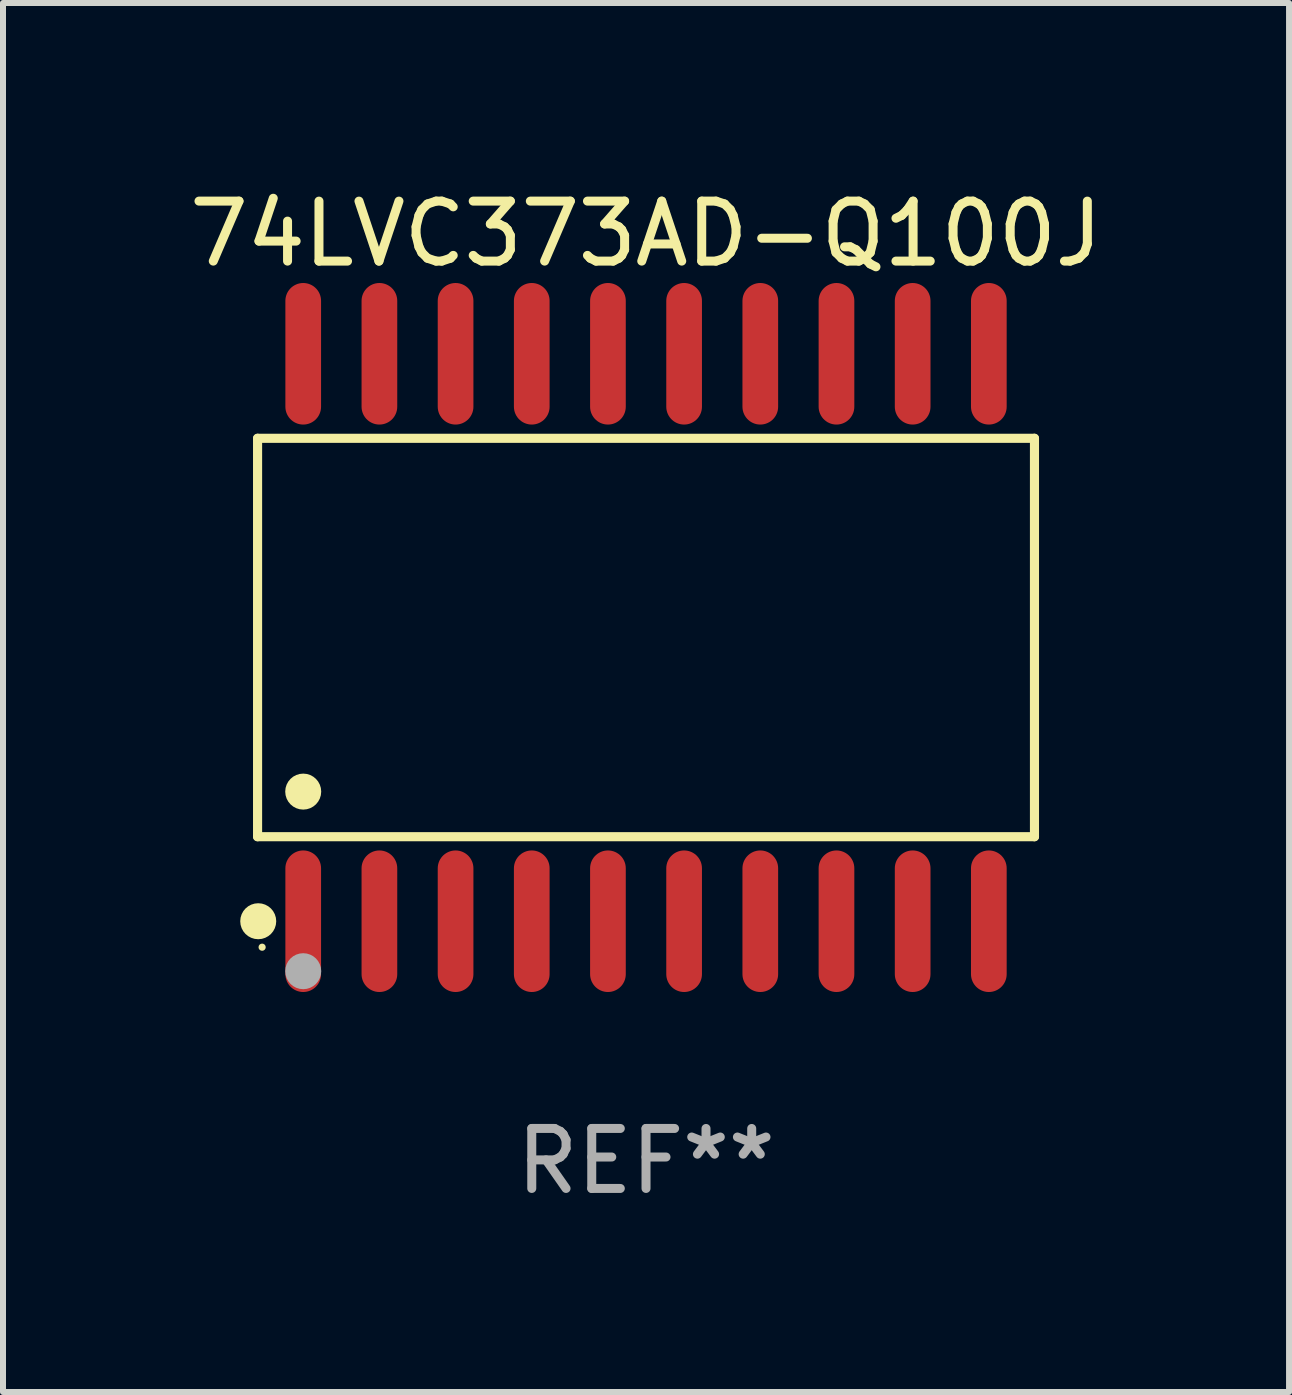
<source format=kicad_pcb>
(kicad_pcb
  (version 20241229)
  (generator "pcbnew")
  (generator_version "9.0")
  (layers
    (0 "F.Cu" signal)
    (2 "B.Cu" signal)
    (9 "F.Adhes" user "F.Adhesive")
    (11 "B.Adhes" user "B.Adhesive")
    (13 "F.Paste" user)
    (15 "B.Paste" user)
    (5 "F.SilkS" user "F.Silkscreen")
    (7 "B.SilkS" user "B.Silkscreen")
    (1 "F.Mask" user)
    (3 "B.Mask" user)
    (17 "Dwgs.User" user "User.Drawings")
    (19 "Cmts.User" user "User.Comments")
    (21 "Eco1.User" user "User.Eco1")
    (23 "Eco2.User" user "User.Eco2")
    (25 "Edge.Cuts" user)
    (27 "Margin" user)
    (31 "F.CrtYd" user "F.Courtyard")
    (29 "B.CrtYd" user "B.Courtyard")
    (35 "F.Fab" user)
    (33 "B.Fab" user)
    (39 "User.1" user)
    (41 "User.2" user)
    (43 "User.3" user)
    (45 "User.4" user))
  (footprint "74LVC373AD-Q100J"
    (layer "F.Cu")
    (at 7.72 7.578)
    (property "Reference" "74LVC373AD-Q100J" (at 0 -6.73 0) (layer "F.SilkS") (effects (font (size 1 1) (thickness 0.15))))
    (attr through_hole)
    (fp_line (start -6.476 -3.321) (end 6.476 -3.321) (stroke (width 0.152) (type solid)) (layer "F.SilkS"))
    (fp_line (start -6.476 3.321) (end -6.476 -3.321) (stroke (width 0.152) (type solid)) (layer "F.SilkS"))
    (fp_line (start 6.476 -3.321) (end 6.476 3.321) (stroke (width 0.152) (type solid)) (layer "F.SilkS"))
    (fp_line (start 6.476 3.321) (end -6.476 3.321) (stroke (width 0.152) (type solid)) (layer "F.SilkS"))
    (fp_circle (center -6.465 4.73) (end -6.315 4.73) (stroke (width 0.3) (type solid)) (fill no) (layer "F.SilkS"))
    (fp_circle (center -6.4 5.163) (end -6.37 5.163) (stroke (width 0.06) (type solid)) (fill no) (layer "F.SilkS"))
    (fp_circle (center -5.715 2.569) (end -5.565 2.569) (stroke (width 0.3) (type solid)) (fill no) (layer "F.SilkS"))
    (fp_circle (center -5.715 5.563) (end -5.565 5.563) (stroke (width 0.3) (type solid)) (fill no) (layer "F.Fab"))
    (fp_text user "REF**" (at 0 8.73 0) (layer "F.Fab") (effects (font (size 1 1) (thickness 0.15))))
    (pad "1" smd oval (at -5.715 4.73) (size 0.595 2.36) (layers "F.Cu" "F.Mask" "F.Paste"))
    (pad "2" smd oval (at -4.445 4.73) (size 0.595 2.36) (layers "F.Cu" "F.Mask" "F.Paste"))
    (pad "3" smd oval (at -3.175 4.73) (size 0.595 2.36) (layers "F.Cu" "F.Mask" "F.Paste"))
    (pad "4" smd oval (at -1.905 4.73) (size 0.595 2.36) (layers "F.Cu" "F.Mask" "F.Paste"))
    (pad "5" smd oval (at -0.635 4.73) (size 0.595 2.36) (layers "F.Cu" "F.Mask" "F.Paste"))
    (pad "6" smd oval (at 0.635 4.73) (size 0.595 2.36) (layers "F.Cu" "F.Mask" "F.Paste"))
    (pad "7" smd oval (at 1.905 4.73) (size 0.595 2.36) (layers "F.Cu" "F.Mask" "F.Paste"))
    (pad "8" smd oval (at 3.175 4.73) (size 0.595 2.36) (layers "F.Cu" "F.Mask" "F.Paste"))
    (pad "9" smd oval (at 4.445 4.73) (size 0.595 2.36) (layers "F.Cu" "F.Mask" "F.Paste"))
    (pad "10" smd oval (at 5.715 4.73) (size 0.595 2.36) (layers "F.Cu" "F.Mask" "F.Paste"))
    (pad "11" smd oval (at 5.715 -4.73) (size 0.595 2.36) (layers "F.Cu" "F.Mask" "F.Paste"))
    (pad "12" smd oval (at 4.445 -4.73) (size 0.595 2.36) (layers "F.Cu" "F.Mask" "F.Paste"))
    (pad "13" smd oval (at 3.175 -4.73) (size 0.595 2.36) (layers "F.Cu" "F.Mask" "F.Paste"))
    (pad "14" smd oval (at 1.905 -4.73) (size 0.595 2.36) (layers "F.Cu" "F.Mask" "F.Paste"))
    (pad "15" smd oval (at 0.635 -4.73) (size 0.595 2.36) (layers "F.Cu" "F.Mask" "F.Paste"))
    (pad "16" smd oval (at -0.635 -4.73) (size 0.595 2.36) (layers "F.Cu" "F.Mask" "F.Paste"))
    (pad "17" smd oval (at -1.905 -4.73) (size 0.595 2.36) (layers "F.Cu" "F.Mask" "F.Paste"))
    (pad "18" smd oval (at -3.175 -4.73) (size 0.595 2.36) (layers "F.Cu" "F.Mask" "F.Paste"))
    (pad "19" smd oval (at -4.445 -4.73) (size 0.595 2.36) (layers "F.Cu" "F.Mask" "F.Paste"))
    (pad "20" smd oval (at -5.715 -4.73) (size 0.595 2.36) (layers "F.Cu" "F.Mask" "F.Paste")))
  (gr_rect
    (start -3 -3)
    (end 18.44 20.156)
    (stroke (width 0.1) (type default))
    (fill no)
    (layer "Edge.Cuts")))
</source>
